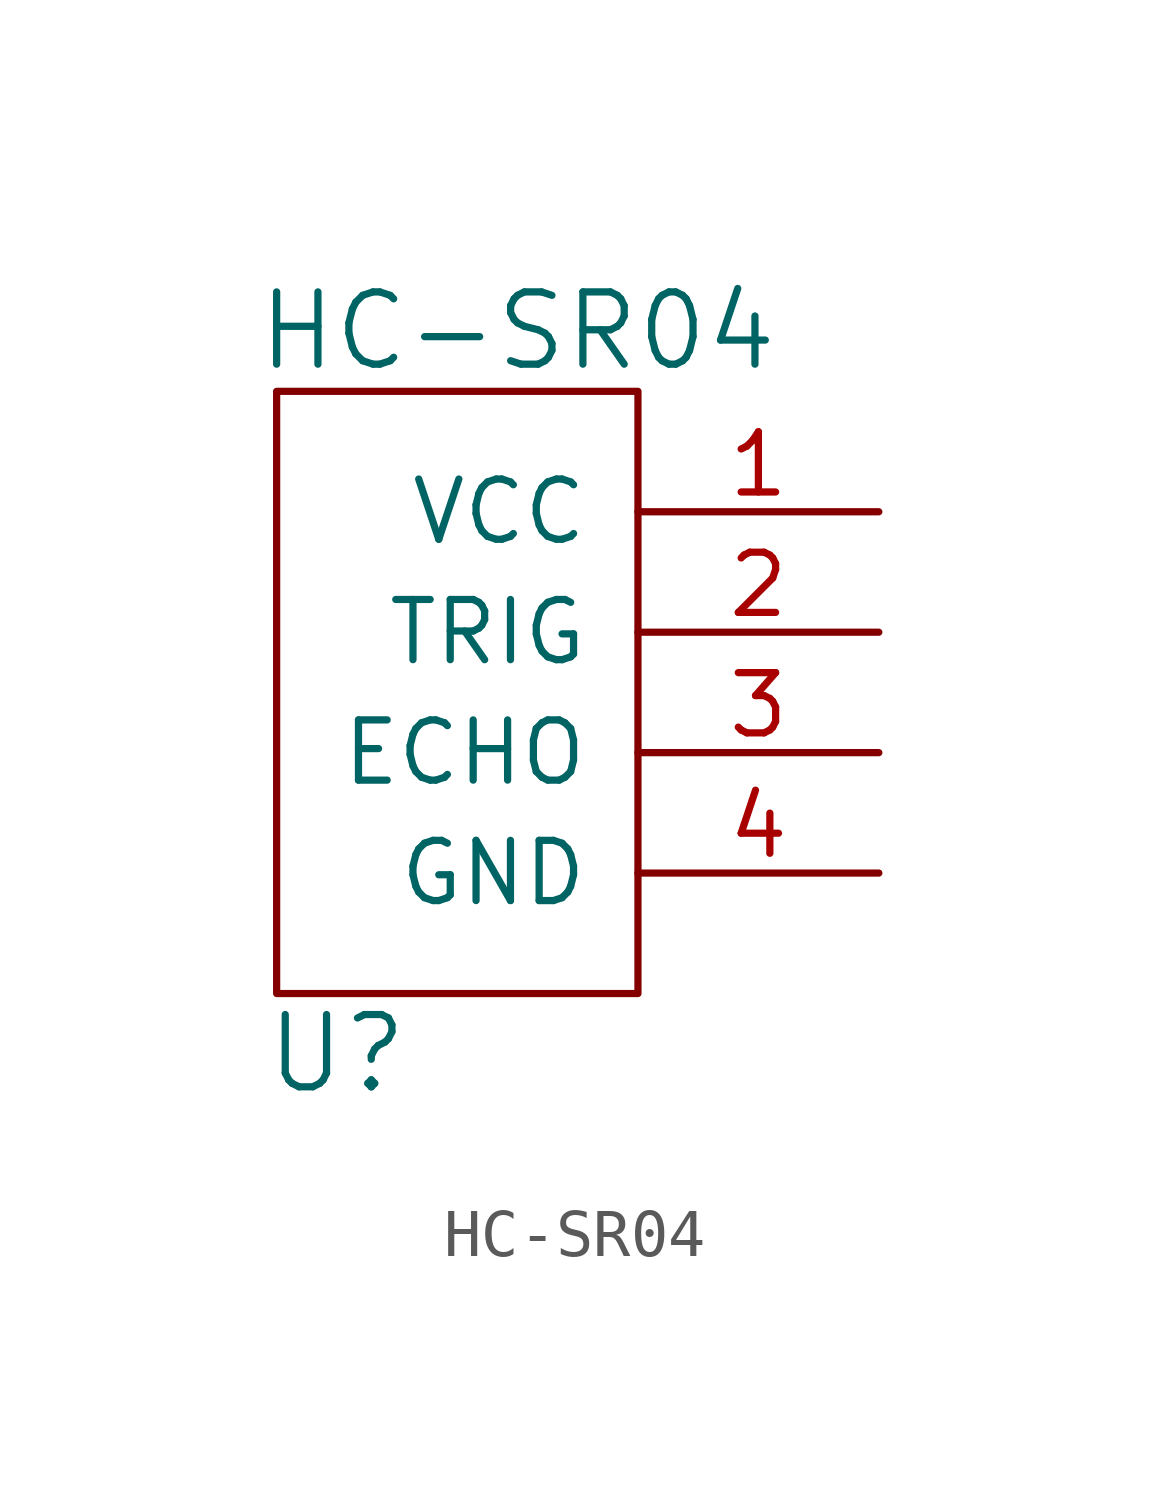
<source format=kicad_sym>
(kicad_symbol_lib
  (version 20220914)
  (generator kicad_symbol_editor)
  (symbol "HC-SR04"
    (pin_names
      (offset 1.016))
    (property "Reference" "U"
      (at -6.35 -7.62 0)
      (effects (font (size 1.524 1.524))))
    (property "Value" "HC-SR04"
      (at -2.54 7.62 0)
      (effects (font (size 1.524 1.524))))
    (property "Footprint" ""
      (at 0 0 0)
      (effects (font (size 1.524 1.524))))
    (property "Datasheet" ""
      (at 0 0 0)
      (effects (font (size 1.524 1.524))))
    (symbol "HC-SR04_0_1"
      (rectangle (start 0 6.35) (end -7.62 -6.35) (stroke (width 0) (type solid)) (fill (type none))))
    (symbol "HC-SR04_1_1"
      (pin input line (at 5.08 3.81 180) (length 5.08) (name "VCC" (effects (font (size 1.27 1.27)))) (number "1" (effects (font (size 1.27 1.27)))))
      (pin input line (at 5.08 1.27 180) (length 5.08) (name "TRIG" (effects (font (size 1.27 1.27)))) (number "2" (effects (font (size 1.27 1.27)))))
      (pin input line (at 5.08 -1.27 180) (length 5.08) (name "ECHO" (effects (font (size 1.27 1.27)))) (number "3" (effects (font (size 1.27 1.27)))))
      (pin input line (at 5.08 -3.81 180) (length 5.08) (name "GND" (effects (font (size 1.27 1.27)))) (number "4" (effects (font (size 1.27 1.27))))))))
</source>
